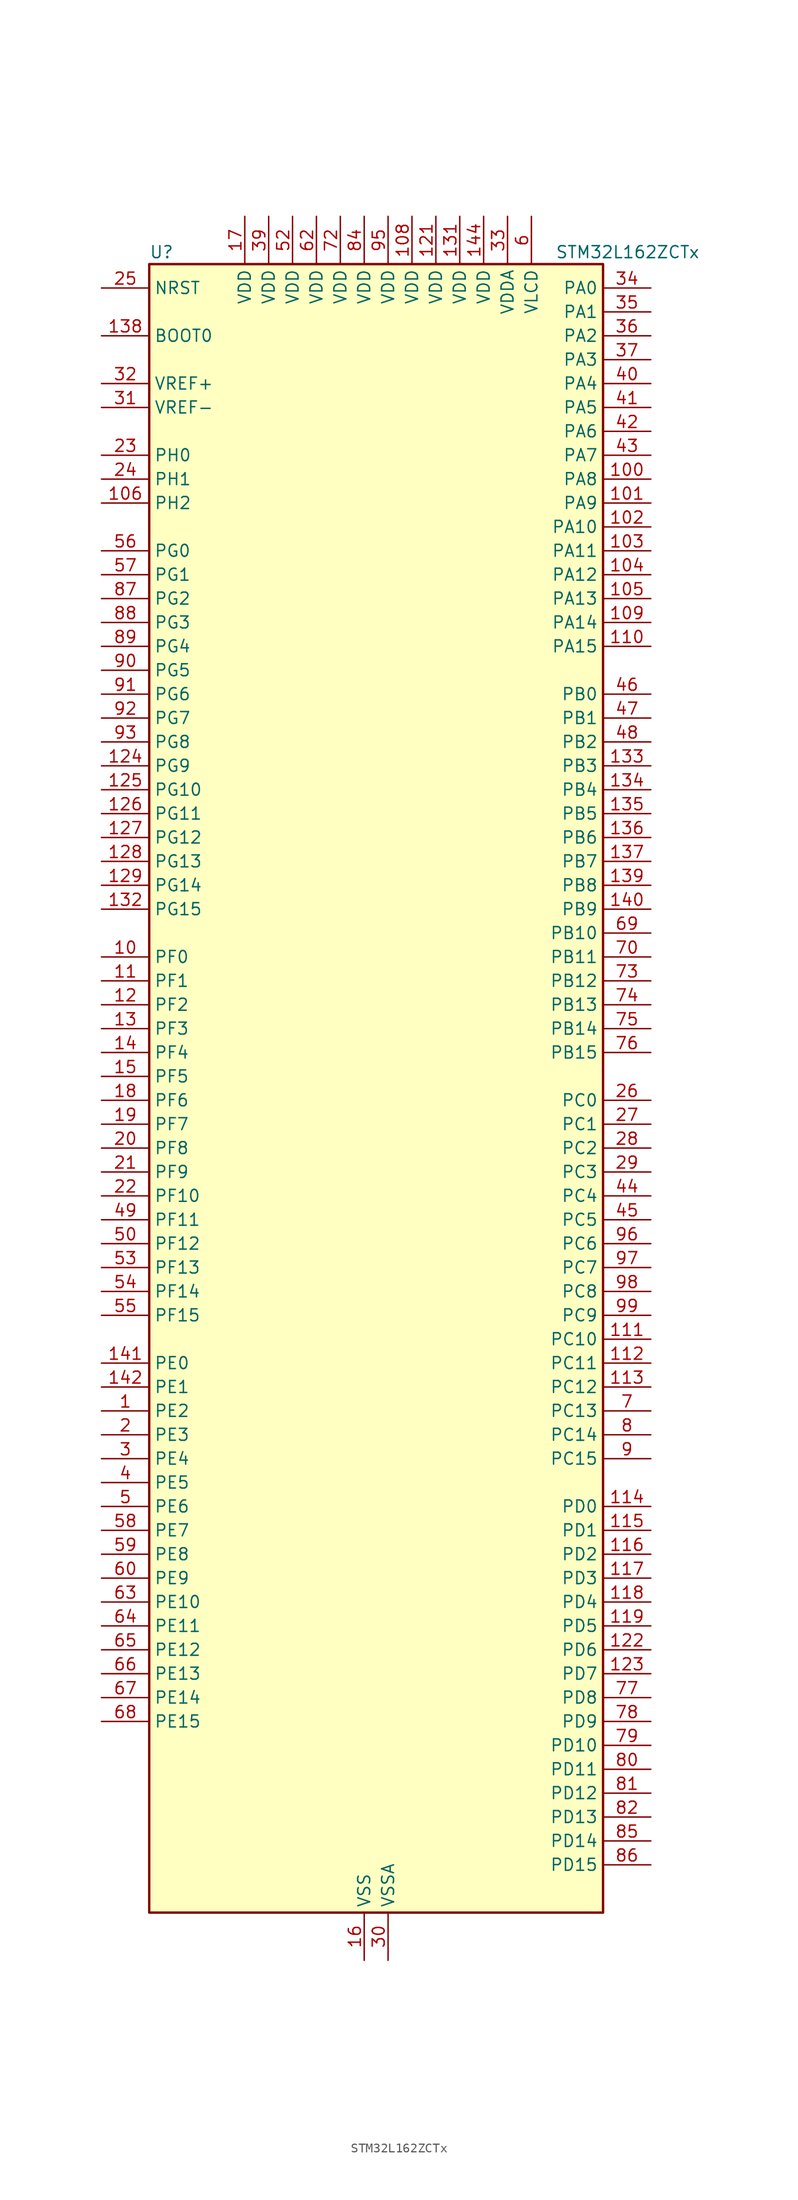
<source format=kicad_sym>
(kicad_symbol_lib
  (version 20220914)
  (generator kicad_symbol_editor)
  (symbol "STM32L162ZCTx"
    (property "Reference" "U"
      (at -22.86 90.17 0)
      (effects (font (size 1.27 1.27)) (justify left)))
    (property "Value" "STM32L162ZCTx"
      (at 20.32 90.17 0)
      (effects (font (size 1.27 1.27)) (justify left)))
    (property "ki_locked" ""
      (at 0 0 0)
      (effects (font (size 1.27 1.27))))
    (symbol "STM32L162ZCTx_0_1"
      (rectangle (start -22.86 -86.36) (end 25.4 88.9) (stroke (width 0.254) (type default)) (fill (type background))))
    (symbol "STM32L162ZCTx_1_1"
      (pin bidirectional line (at -27.94 -33.02 0) (length 5.08) (name "PE2" (effects (font (size 1.27 1.27)))) (number "1" (effects (font (size 1.27 1.27)))) (alternate "LCD_SEG38" bidirectional line) (alternate "SYS_TRACECK" bidirectional line) (alternate "TIM3_ETR" bidirectional line) (alternate "TIMX_IC3" bidirectional line))
      (pin bidirectional line (at -27.94 15.24 0) (length 5.08) (name "PF0" (effects (font (size 1.27 1.27)))) (number "10" (effects (font (size 1.27 1.27)))))
      (pin bidirectional line (at 30.48 66.04 180) (length 5.08) (name "PA8" (effects (font (size 1.27 1.27)))) (number "100" (effects (font (size 1.27 1.27)))) (alternate "LCD_COM0" bidirectional line) (alternate "RCC_MCO" bidirectional line) (alternate "TIMX_IC1" bidirectional line) (alternate "TS_G4_IO1" bidirectional line) (alternate "USART1_CK" bidirectional line))
      (pin bidirectional line (at 30.48 63.5 180) (length 5.08) (name "PA9" (effects (font (size 1.27 1.27)))) (number "101" (effects (font (size 1.27 1.27)))) (alternate "DAC_EXTI9" bidirectional line) (alternate "LCD_COM1" bidirectional line) (alternate "TIMX_IC2" bidirectional line) (alternate "TS_G4_IO2" bidirectional line) (alternate "USART1_TX" bidirectional line))
      (pin bidirectional line (at 30.48 60.96 180) (length 5.08) (name "PA10" (effects (font (size 1.27 1.27)))) (number "102" (effects (font (size 1.27 1.27)))) (alternate "LCD_COM2" bidirectional line) (alternate "TIMX_IC3" bidirectional line) (alternate "TS_G4_IO3" bidirectional line) (alternate "USART1_RX" bidirectional line))
      (pin bidirectional line (at 30.48 58.42 180) (length 5.08) (name "PA11" (effects (font (size 1.27 1.27)))) (number "103" (effects (font (size 1.27 1.27)))) (alternate "ADC_EXTI11" bidirectional line) (alternate "SPI1_MISO" bidirectional line) (alternate "TIMX_IC4" bidirectional line) (alternate "USART1_CTS" bidirectional line) (alternate "USB_DM" bidirectional line))
      (pin bidirectional line (at 30.48 55.88 180) (length 5.08) (name "PA12" (effects (font (size 1.27 1.27)))) (number "104" (effects (font (size 1.27 1.27)))) (alternate "SPI1_MOSI" bidirectional line) (alternate "TIMX_IC1" bidirectional line) (alternate "USART1_RTS" bidirectional line) (alternate "USB_DP" bidirectional line))
      (pin bidirectional line (at 30.48 53.34 180) (length 5.08) (name "PA13" (effects (font (size 1.27 1.27)))) (number "105" (effects (font (size 1.27 1.27)))) (alternate "SYS_JTMS-SWDIO" bidirectional line) (alternate "TIMX_IC2" bidirectional line) (alternate "TS_G5_IO1" bidirectional line))
      (pin bidirectional line (at -27.94 63.5 0) (length 5.08) (name "PH2" (effects (font (size 1.27 1.27)))) (number "106" (effects (font (size 1.27 1.27)))))
      (pin passive line (at 0 -91.44 90) (length 5.08) hide (name "VSS" (effects (font (size 1.27 1.27)))) (number "107" (effects (font (size 1.27 1.27)))))
      (pin power_in line (at 5.08 93.98 270) (length 5.08) (name "VDD" (effects (font (size 1.27 1.27)))) (number "108" (effects (font (size 1.27 1.27)))))
      (pin bidirectional line (at 30.48 50.8 180) (length 5.08) (name "PA14" (effects (font (size 1.27 1.27)))) (number "109" (effects (font (size 1.27 1.27)))) (alternate "SYS_JTCK-SWCLK" bidirectional line) (alternate "TIMX_IC3" bidirectional line) (alternate "TS_G5_IO2" bidirectional line))
      (pin bidirectional line (at -27.94 12.7 0) (length 5.08) (name "PF1" (effects (font (size 1.27 1.27)))) (number "11" (effects (font (size 1.27 1.27)))))
      (pin bidirectional line (at 30.48 48.26 180) (length 5.08) (name "PA15" (effects (font (size 1.27 1.27)))) (number "110" (effects (font (size 1.27 1.27)))) (alternate "ADC_EXTI15" bidirectional line) (alternate "I2S3_WS" bidirectional line) (alternate "LCD_SEG17" bidirectional line) (alternate "SPI1_NSS" bidirectional line) (alternate "SPI3_NSS" bidirectional line) (alternate "SYS_JTDI" bidirectional line) (alternate "TIM2_CH1" bidirectional line) (alternate "TIM2_ETR" bidirectional line) (alternate "TIMX_IC4" bidirectional line) (alternate "TS_G5_IO3" bidirectional line))
      (pin bidirectional line (at 30.48 -25.4 180) (length 5.08) (name "PC10" (effects (font (size 1.27 1.27)))) (number "111" (effects (font (size 1.27 1.27)))) (alternate "I2S3_CK" bidirectional line) (alternate "LCD_COM4" bidirectional line) (alternate "LCD_SEG28" bidirectional line) (alternate "LCD_SEG40" bidirectional line) (alternate "SPI3_SCK" bidirectional line) (alternate "TIMX_IC3" bidirectional line) (alternate "USART3_TX" bidirectional line))
      (pin bidirectional line (at 30.48 -27.94 180) (length 5.08) (name "PC11" (effects (font (size 1.27 1.27)))) (number "112" (effects (font (size 1.27 1.27)))) (alternate "ADC_EXTI11" bidirectional line) (alternate "LCD_COM5" bidirectional line) (alternate "LCD_SEG29" bidirectional line) (alternate "LCD_SEG41" bidirectional line) (alternate "SPI3_MISO" bidirectional line) (alternate "TIMX_IC4" bidirectional line) (alternate "USART3_RX" bidirectional line))
      (pin bidirectional line (at 30.48 -30.48 180) (length 5.08) (name "PC12" (effects (font (size 1.27 1.27)))) (number "113" (effects (font (size 1.27 1.27)))) (alternate "I2S3_SD" bidirectional line) (alternate "LCD_COM6" bidirectional line) (alternate "LCD_SEG30" bidirectional line) (alternate "LCD_SEG42" bidirectional line) (alternate "SPI3_MOSI" bidirectional line) (alternate "TIMX_IC1" bidirectional line) (alternate "USART3_CK" bidirectional line))
      (pin bidirectional line (at 30.48 -43.18 180) (length 5.08) (name "PD0" (effects (font (size 1.27 1.27)))) (number "114" (effects (font (size 1.27 1.27)))) (alternate "I2S2_WS" bidirectional line) (alternate "SPI2_NSS" bidirectional line) (alternate "TIM9_CH1" bidirectional line) (alternate "TIMX_IC1" bidirectional line))
      (pin bidirectional line (at 30.48 -45.72 180) (length 5.08) (name "PD1" (effects (font (size 1.27 1.27)))) (number "115" (effects (font (size 1.27 1.27)))) (alternate "I2S2_CK" bidirectional line) (alternate "SPI2_SCK" bidirectional line) (alternate "TIMX_IC2" bidirectional line))
      (pin bidirectional line (at 30.48 -48.26 180) (length 5.08) (name "PD2" (effects (font (size 1.27 1.27)))) (number "116" (effects (font (size 1.27 1.27)))) (alternate "LCD_COM7" bidirectional line) (alternate "LCD_SEG31" bidirectional line) (alternate "LCD_SEG43" bidirectional line) (alternate "TIM3_ETR" bidirectional line) (alternate "TIMX_IC3" bidirectional line))
      (pin bidirectional line (at 30.48 -50.8 180) (length 5.08) (name "PD3" (effects (font (size 1.27 1.27)))) (number "117" (effects (font (size 1.27 1.27)))) (alternate "SPI2_MISO" bidirectional line) (alternate "TIMX_IC4" bidirectional line) (alternate "USART2_CTS" bidirectional line))
      (pin bidirectional line (at 30.48 -53.34 180) (length 5.08) (name "PD4" (effects (font (size 1.27 1.27)))) (number "118" (effects (font (size 1.27 1.27)))) (alternate "I2S2_SD" bidirectional line) (alternate "SPI2_MOSI" bidirectional line) (alternate "TIMX_IC1" bidirectional line) (alternate "USART2_RTS" bidirectional line))
      (pin bidirectional line (at 30.48 -55.88 180) (length 5.08) (name "PD5" (effects (font (size 1.27 1.27)))) (number "119" (effects (font (size 1.27 1.27)))) (alternate "TIMX_IC2" bidirectional line) (alternate "USART2_TX" bidirectional line))
      (pin bidirectional line (at -27.94 10.16 0) (length 5.08) (name "PF2" (effects (font (size 1.27 1.27)))) (number "12" (effects (font (size 1.27 1.27)))))
      (pin passive line (at 0 -91.44 90) (length 5.08) hide (name "VSS" (effects (font (size 1.27 1.27)))) (number "120" (effects (font (size 1.27 1.27)))))
      (pin power_in line (at 7.62 93.98 270) (length 5.08) (name "VDD" (effects (font (size 1.27 1.27)))) (number "121" (effects (font (size 1.27 1.27)))))
      (pin bidirectional line (at 30.48 -58.42 180) (length 5.08) (name "PD6" (effects (font (size 1.27 1.27)))) (number "122" (effects (font (size 1.27 1.27)))) (alternate "TIMX_IC3" bidirectional line) (alternate "USART2_RX" bidirectional line))
      (pin bidirectional line (at 30.48 -60.96 180) (length 5.08) (name "PD7" (effects (font (size 1.27 1.27)))) (number "123" (effects (font (size 1.27 1.27)))) (alternate "TIM9_CH2" bidirectional line) (alternate "TIMX_IC4" bidirectional line) (alternate "USART2_CK" bidirectional line))
      (pin bidirectional line (at -27.94 35.56 0) (length 5.08) (name "PG9" (effects (font (size 1.27 1.27)))) (number "124" (effects (font (size 1.27 1.27)))) (alternate "DAC_EXTI9" bidirectional line))
      (pin bidirectional line (at -27.94 33.02 0) (length 5.08) (name "PG10" (effects (font (size 1.27 1.27)))) (number "125" (effects (font (size 1.27 1.27)))))
      (pin bidirectional line (at -27.94 30.48 0) (length 5.08) (name "PG11" (effects (font (size 1.27 1.27)))) (number "126" (effects (font (size 1.27 1.27)))) (alternate "ADC_EXTI11" bidirectional line))
      (pin bidirectional line (at -27.94 27.94 0) (length 5.08) (name "PG12" (effects (font (size 1.27 1.27)))) (number "127" (effects (font (size 1.27 1.27)))))
      (pin bidirectional line (at -27.94 25.4 0) (length 5.08) (name "PG13" (effects (font (size 1.27 1.27)))) (number "128" (effects (font (size 1.27 1.27)))))
      (pin bidirectional line (at -27.94 22.86 0) (length 5.08) (name "PG14" (effects (font (size 1.27 1.27)))) (number "129" (effects (font (size 1.27 1.27)))))
      (pin bidirectional line (at -27.94 7.62 0) (length 5.08) (name "PF3" (effects (font (size 1.27 1.27)))) (number "13" (effects (font (size 1.27 1.27)))))
      (pin passive line (at 0 -91.44 90) (length 5.08) hide (name "VSS" (effects (font (size 1.27 1.27)))) (number "130" (effects (font (size 1.27 1.27)))))
      (pin power_in line (at 10.16 93.98 270) (length 5.08) (name "VDD" (effects (font (size 1.27 1.27)))) (number "131" (effects (font (size 1.27 1.27)))))
      (pin bidirectional line (at -27.94 20.32 0) (length 5.08) (name "PG15" (effects (font (size 1.27 1.27)))) (number "132" (effects (font (size 1.27 1.27)))) (alternate "ADC_EXTI15" bidirectional line))
      (pin bidirectional line (at 30.48 35.56 180) (length 5.08) (name "PB3" (effects (font (size 1.27 1.27)))) (number "133" (effects (font (size 1.27 1.27)))) (alternate "COMP2_INM" bidirectional line) (alternate "I2S3_CK" bidirectional line) (alternate "LCD_SEG7" bidirectional line) (alternate "SPI1_SCK" bidirectional line) (alternate "SPI3_SCK" bidirectional line) (alternate "SYS_JTDO-TRACESWO" bidirectional line) (alternate "TIM2_CH2" bidirectional line))
      (pin bidirectional line (at 30.48 33.02 180) (length 5.08) (name "PB4" (effects (font (size 1.27 1.27)))) (number "134" (effects (font (size 1.27 1.27)))) (alternate "COMP2_INP" bidirectional line) (alternate "LCD_SEG8" bidirectional line) (alternate "SPI1_MISO" bidirectional line) (alternate "SPI3_MISO" bidirectional line) (alternate "SYS_JTRST" bidirectional line) (alternate "TIM3_CH1" bidirectional line) (alternate "TS_G6_IO1" bidirectional line))
      (pin bidirectional line (at 30.48 30.48 180) (length 5.08) (name "PB5" (effects (font (size 1.27 1.27)))) (number "135" (effects (font (size 1.27 1.27)))) (alternate "COMP2_INP" bidirectional line) (alternate "I2C1_SMBA" bidirectional line) (alternate "I2S3_SD" bidirectional line) (alternate "LCD_SEG9" bidirectional line) (alternate "SPI1_MOSI" bidirectional line) (alternate "SPI3_MOSI" bidirectional line) (alternate "TIM3_CH2" bidirectional line) (alternate "TS_G6_IO2" bidirectional line))
      (pin bidirectional line (at 30.48 27.94 180) (length 5.08) (name "PB6" (effects (font (size 1.27 1.27)))) (number "136" (effects (font (size 1.27 1.27)))) (alternate "COMP2_INP" bidirectional line) (alternate "I2C1_SCL" bidirectional line) (alternate "TIM4_CH1" bidirectional line) (alternate "TS_G6_IO3" bidirectional line) (alternate "USART1_TX" bidirectional line))
      (pin bidirectional line (at 30.48 25.4 180) (length 5.08) (name "PB7" (effects (font (size 1.27 1.27)))) (number "137" (effects (font (size 1.27 1.27)))) (alternate "COMP2_INP" bidirectional line) (alternate "I2C1_SDA" bidirectional line) (alternate "SYS_PVD_IN" bidirectional line) (alternate "TIM4_CH2" bidirectional line) (alternate "TS_G6_IO4" bidirectional line) (alternate "USART1_RX" bidirectional line))
      (pin input line (at -27.94 81.28 0) (length 5.08) (name "BOOT0" (effects (font (size 1.27 1.27)))) (number "138" (effects (font (size 1.27 1.27)))))
      (pin bidirectional line (at 30.48 22.86 180) (length 5.08) (name "PB8" (effects (font (size 1.27 1.27)))) (number "139" (effects (font (size 1.27 1.27)))) (alternate "I2C1_SCL" bidirectional line) (alternate "LCD_SEG16" bidirectional line) (alternate "TIM10_CH1" bidirectional line) (alternate "TIM4_CH3" bidirectional line))
      (pin bidirectional line (at -27.94 5.08 0) (length 5.08) (name "PF4" (effects (font (size 1.27 1.27)))) (number "14" (effects (font (size 1.27 1.27)))))
      (pin bidirectional line (at 30.48 20.32 180) (length 5.08) (name "PB9" (effects (font (size 1.27 1.27)))) (number "140" (effects (font (size 1.27 1.27)))) (alternate "DAC_EXTI9" bidirectional line) (alternate "I2C1_SDA" bidirectional line) (alternate "LCD_COM3" bidirectional line) (alternate "TIM11_CH1" bidirectional line) (alternate "TIM4_CH4" bidirectional line))
      (pin bidirectional line (at -27.94 -27.94 0) (length 5.08) (name "PE0" (effects (font (size 1.27 1.27)))) (number "141" (effects (font (size 1.27 1.27)))) (alternate "LCD_SEG36" bidirectional line) (alternate "TIM10_CH1" bidirectional line) (alternate "TIM4_ETR" bidirectional line) (alternate "TIMX_IC1" bidirectional line))
      (pin bidirectional line (at -27.94 -30.48 0) (length 5.08) (name "PE1" (effects (font (size 1.27 1.27)))) (number "142" (effects (font (size 1.27 1.27)))) (alternate "LCD_SEG37" bidirectional line) (alternate "TIM11_CH1" bidirectional line) (alternate "TIMX_IC2" bidirectional line))
      (pin passive line (at 0 -91.44 90) (length 5.08) hide (name "VSS" (effects (font (size 1.27 1.27)))) (number "143" (effects (font (size 1.27 1.27)))))
      (pin power_in line (at 12.7 93.98 270) (length 5.08) (name "VDD" (effects (font (size 1.27 1.27)))) (number "144" (effects (font (size 1.27 1.27)))))
      (pin bidirectional line (at -27.94 2.54 0) (length 5.08) (name "PF5" (effects (font (size 1.27 1.27)))) (number "15" (effects (font (size 1.27 1.27)))))
      (pin power_in line (at 0 -91.44 90) (length 5.08) (name "VSS" (effects (font (size 1.27 1.27)))) (number "16" (effects (font (size 1.27 1.27)))))
      (pin power_in line (at -12.7 93.98 270) (length 5.08) (name "VDD" (effects (font (size 1.27 1.27)))) (number "17" (effects (font (size 1.27 1.27)))))
      (pin bidirectional line (at -27.94 0 0) (length 5.08) (name "PF6" (effects (font (size 1.27 1.27)))) (number "18" (effects (font (size 1.27 1.27)))) (alternate "ADC_IN27" bidirectional line) (alternate "TIM5_CH1" bidirectional line) (alternate "TIM5_ETR" bidirectional line) (alternate "TS_G11_IO1" bidirectional line))
      (pin bidirectional line (at -27.94 -2.54 0) (length 5.08) (name "PF7" (effects (font (size 1.27 1.27)))) (number "19" (effects (font (size 1.27 1.27)))) (alternate "ADC_IN28" bidirectional line) (alternate "COMP1_INP" bidirectional line) (alternate "TIM5_CH2" bidirectional line) (alternate "TS_G11_IO2" bidirectional line))
      (pin bidirectional line (at -27.94 -35.56 0) (length 5.08) (name "PE3" (effects (font (size 1.27 1.27)))) (number "2" (effects (font (size 1.27 1.27)))) (alternate "LCD_SEG39" bidirectional line) (alternate "SYS_TRACED0" bidirectional line) (alternate "TIM3_CH1" bidirectional line) (alternate "TIMX_IC4" bidirectional line))
      (pin bidirectional line (at -27.94 -5.08 0) (length 5.08) (name "PF8" (effects (font (size 1.27 1.27)))) (number "20" (effects (font (size 1.27 1.27)))) (alternate "ADC_IN29" bidirectional line) (alternate "COMP1_INP" bidirectional line) (alternate "TIM5_CH3" bidirectional line) (alternate "TS_G11_IO3" bidirectional line))
      (pin bidirectional line (at -27.94 -7.62 0) (length 5.08) (name "PF9" (effects (font (size 1.27 1.27)))) (number "21" (effects (font (size 1.27 1.27)))) (alternate "ADC_IN30" bidirectional line) (alternate "COMP1_INP" bidirectional line) (alternate "DAC_EXTI9" bidirectional line) (alternate "TIM5_CH4" bidirectional line) (alternate "TS_G11_IO4" bidirectional line))
      (pin bidirectional line (at -27.94 -10.16 0) (length 5.08) (name "PF10" (effects (font (size 1.27 1.27)))) (number "22" (effects (font (size 1.27 1.27)))) (alternate "ADC_IN31" bidirectional line) (alternate "COMP1_INP" bidirectional line) (alternate "TS_G11_IO5" bidirectional line))
      (pin bidirectional line (at -27.94 68.58 0) (length 5.08) (name "PH0" (effects (font (size 1.27 1.27)))) (number "23" (effects (font (size 1.27 1.27)))) (alternate "RCC_OSC_IN" bidirectional line))
      (pin bidirectional line (at -27.94 66.04 0) (length 5.08) (name "PH1" (effects (font (size 1.27 1.27)))) (number "24" (effects (font (size 1.27 1.27)))) (alternate "RCC_OSC_OUT" bidirectional line))
      (pin input line (at -27.94 86.36 0) (length 5.08) (name "NRST" (effects (font (size 1.27 1.27)))) (number "25" (effects (font (size 1.27 1.27)))))
      (pin bidirectional line (at 30.48 0 180) (length 5.08) (name "PC0" (effects (font (size 1.27 1.27)))) (number "26" (effects (font (size 1.27 1.27)))) (alternate "ADC_IN10" bidirectional line) (alternate "COMP1_INP" bidirectional line) (alternate "LCD_SEG18" bidirectional line) (alternate "TIMX_IC1" bidirectional line) (alternate "TS_G8_IO1" bidirectional line))
      (pin bidirectional line (at 30.48 -2.54 180) (length 5.08) (name "PC1" (effects (font (size 1.27 1.27)))) (number "27" (effects (font (size 1.27 1.27)))) (alternate "ADC_IN11" bidirectional line) (alternate "COMP1_INP" bidirectional line) (alternate "LCD_SEG19" bidirectional line) (alternate "TIMX_IC2" bidirectional line) (alternate "TS_G8_IO2" bidirectional line))
      (pin bidirectional line (at 30.48 -5.08 180) (length 5.08) (name "PC2" (effects (font (size 1.27 1.27)))) (number "28" (effects (font (size 1.27 1.27)))) (alternate "ADC_IN12" bidirectional line) (alternate "COMP1_INP" bidirectional line) (alternate "LCD_SEG20" bidirectional line) (alternate "TIMX_IC3" bidirectional line) (alternate "TS_G8_IO3" bidirectional line))
      (pin bidirectional line (at 30.48 -7.62 180) (length 5.08) (name "PC3" (effects (font (size 1.27 1.27)))) (number "29" (effects (font (size 1.27 1.27)))) (alternate "ADC_IN13" bidirectional line) (alternate "COMP1_INP" bidirectional line) (alternate "LCD_SEG21" bidirectional line) (alternate "TIMX_IC4" bidirectional line) (alternate "TS_G8_IO4" bidirectional line))
      (pin bidirectional line (at -27.94 -38.1 0) (length 5.08) (name "PE4" (effects (font (size 1.27 1.27)))) (number "3" (effects (font (size 1.27 1.27)))) (alternate "SYS_TRACED1" bidirectional line) (alternate "TIM3_CH2" bidirectional line) (alternate "TIMX_IC1" bidirectional line))
      (pin power_in line (at 2.54 -91.44 90) (length 5.08) (name "VSSA" (effects (font (size 1.27 1.27)))) (number "30" (effects (font (size 1.27 1.27)))))
      (pin input line (at -27.94 73.66 0) (length 5.08) (name "VREF-" (effects (font (size 1.27 1.27)))) (number "31" (effects (font (size 1.27 1.27)))))
      (pin input line (at -27.94 76.2 0) (length 5.08) (name "VREF+" (effects (font (size 1.27 1.27)))) (number "32" (effects (font (size 1.27 1.27)))))
      (pin power_in line (at 15.24 93.98 270) (length 5.08) (name "VDDA" (effects (font (size 1.27 1.27)))) (number "33" (effects (font (size 1.27 1.27)))))
      (pin bidirectional line (at 30.48 86.36 180) (length 5.08) (name "PA0" (effects (font (size 1.27 1.27)))) (number "34" (effects (font (size 1.27 1.27)))) (alternate "ADC_IN0" bidirectional line) (alternate "COMP1_INP" bidirectional line) (alternate "RTC_TAMP2" bidirectional line) (alternate "SYS_WKUP1" bidirectional line) (alternate "TIM2_CH1" bidirectional line) (alternate "TIM2_ETR" bidirectional line) (alternate "TIM5_CH1" bidirectional line) (alternate "TIMX_IC1" bidirectional line) (alternate "TS_G1_IO1" bidirectional line) (alternate "USART2_CTS" bidirectional line))
      (pin bidirectional line (at 30.48 83.82 180) (length 5.08) (name "PA1" (effects (font (size 1.27 1.27)))) (number "35" (effects (font (size 1.27 1.27)))) (alternate "ADC_IN1" bidirectional line) (alternate "COMP1_INP" bidirectional line) (alternate "LCD_SEG0" bidirectional line) (alternate "OPAMP1_VINP" bidirectional line) (alternate "TIM2_CH2" bidirectional line) (alternate "TIM5_CH2" bidirectional line) (alternate "TIMX_IC2" bidirectional line) (alternate "TS_G1_IO2" bidirectional line) (alternate "USART2_RTS" bidirectional line))
      (pin bidirectional line (at 30.48 81.28 180) (length 5.08) (name "PA2" (effects (font (size 1.27 1.27)))) (number "36" (effects (font (size 1.27 1.27)))) (alternate "ADC_IN2" bidirectional line) (alternate "COMP1_INP" bidirectional line) (alternate "LCD_SEG1" bidirectional line) (alternate "OPAMP1_VINM" bidirectional line) (alternate "TIM2_CH3" bidirectional line) (alternate "TIM5_CH3" bidirectional line) (alternate "TIM9_CH1" bidirectional line) (alternate "TIMX_IC3" bidirectional line) (alternate "TS_G1_IO3" bidirectional line) (alternate "USART2_TX" bidirectional line))
      (pin bidirectional line (at 30.48 78.74 180) (length 5.08) (name "PA3" (effects (font (size 1.27 1.27)))) (number "37" (effects (font (size 1.27 1.27)))) (alternate "ADC_IN3" bidirectional line) (alternate "COMP1_INP" bidirectional line) (alternate "LCD_SEG2" bidirectional line) (alternate "OPAMP1_VOUT" bidirectional line) (alternate "TIM2_CH4" bidirectional line) (alternate "TIM5_CH4" bidirectional line) (alternate "TIM9_CH2" bidirectional line) (alternate "TIMX_IC4" bidirectional line) (alternate "TS_G1_IO4" bidirectional line) (alternate "USART2_RX" bidirectional line))
      (pin passive line (at 0 -91.44 90) (length 5.08) hide (name "VSS" (effects (font (size 1.27 1.27)))) (number "38" (effects (font (size 1.27 1.27)))))
      (pin power_in line (at -10.16 93.98 270) (length 5.08) (name "VDD" (effects (font (size 1.27 1.27)))) (number "39" (effects (font (size 1.27 1.27)))))
      (pin bidirectional line (at -27.94 -40.64 0) (length 5.08) (name "PE5" (effects (font (size 1.27 1.27)))) (number "4" (effects (font (size 1.27 1.27)))) (alternate "SYS_TRACED2" bidirectional line) (alternate "TIM9_CH1" bidirectional line) (alternate "TIMX_IC2" bidirectional line))
      (pin bidirectional line (at 30.48 76.2 180) (length 5.08) (name "PA4" (effects (font (size 1.27 1.27)))) (number "40" (effects (font (size 1.27 1.27)))) (alternate "ADC_IN4" bidirectional line) (alternate "COMP1_INP" bidirectional line) (alternate "DAC_OUT1" bidirectional line) (alternate "I2S3_WS" bidirectional line) (alternate "SPI1_NSS" bidirectional line) (alternate "SPI3_NSS" bidirectional line) (alternate "TIMX_IC1" bidirectional line) (alternate "USART2_CK" bidirectional line))
      (pin bidirectional line (at 30.48 73.66 180) (length 5.08) (name "PA5" (effects (font (size 1.27 1.27)))) (number "41" (effects (font (size 1.27 1.27)))) (alternate "ADC_IN5" bidirectional line) (alternate "COMP1_INP" bidirectional line) (alternate "DAC_OUT2" bidirectional line) (alternate "SPI1_SCK" bidirectional line) (alternate "TIM2_CH1" bidirectional line) (alternate "TIM2_ETR" bidirectional line) (alternate "TIMX_IC2" bidirectional line))
      (pin bidirectional line (at 30.48 71.12 180) (length 5.08) (name "PA6" (effects (font (size 1.27 1.27)))) (number "42" (effects (font (size 1.27 1.27)))) (alternate "ADC_IN6" bidirectional line) (alternate "COMP1_INP" bidirectional line) (alternate "LCD_SEG3" bidirectional line) (alternate "OPAMP2_VINP" bidirectional line) (alternate "SPI1_MISO" bidirectional line) (alternate "TIM10_CH1" bidirectional line) (alternate "TIM3_CH1" bidirectional line) (alternate "TIMX_IC3" bidirectional line) (alternate "TS_G2_IO1" bidirectional line))
      (pin bidirectional line (at 30.48 68.58 180) (length 5.08) (name "PA7" (effects (font (size 1.27 1.27)))) (number "43" (effects (font (size 1.27 1.27)))) (alternate "ADC_IN7" bidirectional line) (alternate "COMP1_INP" bidirectional line) (alternate "LCD_SEG4" bidirectional line) (alternate "OPAMP2_VINM" bidirectional line) (alternate "SPI1_MOSI" bidirectional line) (alternate "TIM11_CH1" bidirectional line) (alternate "TIM3_CH2" bidirectional line) (alternate "TIMX_IC4" bidirectional line) (alternate "TS_G2_IO2" bidirectional line))
      (pin bidirectional line (at 30.48 -10.16 180) (length 5.08) (name "PC4" (effects (font (size 1.27 1.27)))) (number "44" (effects (font (size 1.27 1.27)))) (alternate "ADC_IN14" bidirectional line) (alternate "COMP1_INP" bidirectional line) (alternate "LCD_SEG22" bidirectional line) (alternate "TIMX_IC1" bidirectional line) (alternate "TS_G9_IO1" bidirectional line))
      (pin bidirectional line (at 30.48 -12.7 180) (length 5.08) (name "PC5" (effects (font (size 1.27 1.27)))) (number "45" (effects (font (size 1.27 1.27)))) (alternate "ADC_IN15" bidirectional line) (alternate "COMP1_INP" bidirectional line) (alternate "LCD_SEG23" bidirectional line) (alternate "TIMX_IC2" bidirectional line) (alternate "TS_G9_IO2" bidirectional line))
      (pin bidirectional line (at 30.48 43.18 180) (length 5.08) (name "PB0" (effects (font (size 1.27 1.27)))) (number "46" (effects (font (size 1.27 1.27)))) (alternate "ADC_IN8" bidirectional line) (alternate "COMP1_INP" bidirectional line) (alternate "LCD_SEG5" bidirectional line) (alternate "OPAMP2_VOUT" bidirectional line) (alternate "SYS_V_REF_OUT" bidirectional line) (alternate "TIM3_CH3" bidirectional line) (alternate "TS_G3_IO1" bidirectional line))
      (pin bidirectional line (at 30.48 40.64 180) (length 5.08) (name "PB1" (effects (font (size 1.27 1.27)))) (number "47" (effects (font (size 1.27 1.27)))) (alternate "ADC_IN9" bidirectional line) (alternate "COMP1_INP" bidirectional line) (alternate "LCD_SEG6" bidirectional line) (alternate "SYS_V_REF_OUT" bidirectional line) (alternate "TIM3_CH4" bidirectional line) (alternate "TS_G3_IO2" bidirectional line))
      (pin bidirectional line (at 30.48 38.1 180) (length 5.08) (name "PB2" (effects (font (size 1.27 1.27)))) (number "48" (effects (font (size 1.27 1.27)))) (alternate "ADC_IN0b" bidirectional line) (alternate "TS_G3_IO3" bidirectional line))
      (pin bidirectional line (at -27.94 -12.7 0) (length 5.08) (name "PF11" (effects (font (size 1.27 1.27)))) (number "49" (effects (font (size 1.27 1.27)))) (alternate "ADC_EXTI11" bidirectional line) (alternate "ADC_IN1b" bidirectional line) (alternate "TS_G3_IO4" bidirectional line))
      (pin bidirectional line (at -27.94 -43.18 0) (length 5.08) (name "PE6" (effects (font (size 1.27 1.27)))) (number "5" (effects (font (size 1.27 1.27)))) (alternate "RTC_TAMP3" bidirectional line) (alternate "SYS_TRACED3" bidirectional line) (alternate "SYS_WKUP3" bidirectional line) (alternate "TIM9_CH2" bidirectional line) (alternate "TIMX_IC3" bidirectional line))
      (pin bidirectional line (at -27.94 -15.24 0) (length 5.08) (name "PF12" (effects (font (size 1.27 1.27)))) (number "50" (effects (font (size 1.27 1.27)))) (alternate "ADC_IN2b" bidirectional line) (alternate "TS_G3_IO5" bidirectional line))
      (pin passive line (at 0 -91.44 90) (length 5.08) hide (name "VSS" (effects (font (size 1.27 1.27)))) (number "51" (effects (font (size 1.27 1.27)))))
      (pin power_in line (at -7.62 93.98 270) (length 5.08) (name "VDD" (effects (font (size 1.27 1.27)))) (number "52" (effects (font (size 1.27 1.27)))))
      (pin bidirectional line (at -27.94 -17.78 0) (length 5.08) (name "PF13" (effects (font (size 1.27 1.27)))) (number "53" (effects (font (size 1.27 1.27)))) (alternate "ADC_IN3b" bidirectional line) (alternate "TS_G9_IO3" bidirectional line))
      (pin bidirectional line (at -27.94 -20.32 0) (length 5.08) (name "PF14" (effects (font (size 1.27 1.27)))) (number "54" (effects (font (size 1.27 1.27)))) (alternate "ADC_IN6b" bidirectional line) (alternate "TS_G9_IO4" bidirectional line))
      (pin bidirectional line (at -27.94 -22.86 0) (length 5.08) (name "PF15" (effects (font (size 1.27 1.27)))) (number "55" (effects (font (size 1.27 1.27)))) (alternate "ADC_EXTI15" bidirectional line) (alternate "ADC_IN7b" bidirectional line) (alternate "TS_G2_IO3" bidirectional line))
      (pin bidirectional line (at -27.94 58.42 0) (length 5.08) (name "PG0" (effects (font (size 1.27 1.27)))) (number "56" (effects (font (size 1.27 1.27)))) (alternate "ADC_IN8b" bidirectional line) (alternate "TS_G2_IO4" bidirectional line))
      (pin bidirectional line (at -27.94 55.88 0) (length 5.08) (name "PG1" (effects (font (size 1.27 1.27)))) (number "57" (effects (font (size 1.27 1.27)))) (alternate "ADC_IN9b" bidirectional line) (alternate "TS_G2_IO5" bidirectional line))
      (pin bidirectional line (at -27.94 -45.72 0) (length 5.08) (name "PE7" (effects (font (size 1.27 1.27)))) (number "58" (effects (font (size 1.27 1.27)))) (alternate "ADC_IN22" bidirectional line) (alternate "COMP1_INP" bidirectional line) (alternate "TIMX_IC4" bidirectional line))
      (pin bidirectional line (at -27.94 -48.26 0) (length 5.08) (name "PE8" (effects (font (size 1.27 1.27)))) (number "59" (effects (font (size 1.27 1.27)))) (alternate "ADC_IN23" bidirectional line) (alternate "COMP1_INP" bidirectional line) (alternate "TIMX_IC1" bidirectional line))
      (pin power_in line (at 17.78 93.98 270) (length 5.08) (name "VLCD" (effects (font (size 1.27 1.27)))) (number "6" (effects (font (size 1.27 1.27)))))
      (pin bidirectional line (at -27.94 -50.8 0) (length 5.08) (name "PE9" (effects (font (size 1.27 1.27)))) (number "60" (effects (font (size 1.27 1.27)))) (alternate "ADC_IN24" bidirectional line) (alternate "COMP1_INP" bidirectional line) (alternate "DAC_EXTI9" bidirectional line) (alternate "TIM2_CH1" bidirectional line) (alternate "TIM2_ETR" bidirectional line) (alternate "TIMX_IC2" bidirectional line))
      (pin passive line (at 0 -91.44 90) (length 5.08) hide (name "VSS" (effects (font (size 1.27 1.27)))) (number "61" (effects (font (size 1.27 1.27)))))
      (pin power_in line (at -5.08 93.98 270) (length 5.08) (name "VDD" (effects (font (size 1.27 1.27)))) (number "62" (effects (font (size 1.27 1.27)))))
      (pin bidirectional line (at -27.94 -53.34 0) (length 5.08) (name "PE10" (effects (font (size 1.27 1.27)))) (number "63" (effects (font (size 1.27 1.27)))) (alternate "ADC_IN25" bidirectional line) (alternate "COMP1_INP" bidirectional line) (alternate "TIM2_CH2" bidirectional line) (alternate "TIMX_IC3" bidirectional line))
      (pin bidirectional line (at -27.94 -55.88 0) (length 5.08) (name "PE11" (effects (font (size 1.27 1.27)))) (number "64" (effects (font (size 1.27 1.27)))) (alternate "ADC_EXTI11" bidirectional line) (alternate "TIM2_CH3" bidirectional line) (alternate "TIMX_IC4" bidirectional line))
      (pin bidirectional line (at -27.94 -58.42 0) (length 5.08) (name "PE12" (effects (font (size 1.27 1.27)))) (number "65" (effects (font (size 1.27 1.27)))) (alternate "SPI1_NSS" bidirectional line) (alternate "TIM2_CH4" bidirectional line) (alternate "TIMX_IC1" bidirectional line))
      (pin bidirectional line (at -27.94 -60.96 0) (length 5.08) (name "PE13" (effects (font (size 1.27 1.27)))) (number "66" (effects (font (size 1.27 1.27)))) (alternate "SPI1_SCK" bidirectional line) (alternate "TIMX_IC2" bidirectional line))
      (pin bidirectional line (at -27.94 -63.5 0) (length 5.08) (name "PE14" (effects (font (size 1.27 1.27)))) (number "67" (effects (font (size 1.27 1.27)))) (alternate "SPI1_MISO" bidirectional line) (alternate "TIMX_IC3" bidirectional line))
      (pin bidirectional line (at -27.94 -66.04 0) (length 5.08) (name "PE15" (effects (font (size 1.27 1.27)))) (number "68" (effects (font (size 1.27 1.27)))) (alternate "ADC_EXTI15" bidirectional line) (alternate "SPI1_MOSI" bidirectional line) (alternate "TIMX_IC4" bidirectional line))
      (pin bidirectional line (at 30.48 17.78 180) (length 5.08) (name "PB10" (effects (font (size 1.27 1.27)))) (number "69" (effects (font (size 1.27 1.27)))) (alternate "I2C2_SCL" bidirectional line) (alternate "LCD_SEG10" bidirectional line) (alternate "TIM2_CH3" bidirectional line) (alternate "USART3_TX" bidirectional line))
      (pin bidirectional line (at 30.48 -33.02 180) (length 5.08) (name "PC13" (effects (font (size 1.27 1.27)))) (number "7" (effects (font (size 1.27 1.27)))) (alternate "RTC_OUT_ALARM" bidirectional line) (alternate "RTC_OUT_CALIB" bidirectional line) (alternate "RTC_TAMP1" bidirectional line) (alternate "RTC_TS" bidirectional line) (alternate "SYS_WKUP2" bidirectional line) (alternate "TIMX_IC2" bidirectional line))
      (pin bidirectional line (at 30.48 15.24 180) (length 5.08) (name "PB11" (effects (font (size 1.27 1.27)))) (number "70" (effects (font (size 1.27 1.27)))) (alternate "ADC_EXTI11" bidirectional line) (alternate "I2C2_SDA" bidirectional line) (alternate "LCD_SEG11" bidirectional line) (alternate "TIM2_CH4" bidirectional line) (alternate "USART3_RX" bidirectional line))
      (pin passive line (at 0 -91.44 90) (length 5.08) hide (name "VSS" (effects (font (size 1.27 1.27)))) (number "71" (effects (font (size 1.27 1.27)))))
      (pin power_in line (at -2.54 93.98 270) (length 5.08) (name "VDD" (effects (font (size 1.27 1.27)))) (number "72" (effects (font (size 1.27 1.27)))))
      (pin bidirectional line (at 30.48 12.7 180) (length 5.08) (name "PB12" (effects (font (size 1.27 1.27)))) (number "73" (effects (font (size 1.27 1.27)))) (alternate "ADC_IN18" bidirectional line) (alternate "COMP1_INP" bidirectional line) (alternate "I2C2_SMBA" bidirectional line) (alternate "I2S2_WS" bidirectional line) (alternate "LCD_SEG12" bidirectional line) (alternate "SPI2_NSS" bidirectional line) (alternate "TIM10_CH1" bidirectional line) (alternate "TS_G7_IO1" bidirectional line) (alternate "USART3_CK" bidirectional line))
      (pin bidirectional line (at 30.48 10.16 180) (length 5.08) (name "PB13" (effects (font (size 1.27 1.27)))) (number "74" (effects (font (size 1.27 1.27)))) (alternate "ADC_IN19" bidirectional line) (alternate "COMP1_INP" bidirectional line) (alternate "I2S2_CK" bidirectional line) (alternate "LCD_SEG13" bidirectional line) (alternate "SPI2_SCK" bidirectional line) (alternate "TIM9_CH1" bidirectional line) (alternate "TS_G7_IO2" bidirectional line) (alternate "USART3_CTS" bidirectional line))
      (pin bidirectional line (at 30.48 7.62 180) (length 5.08) (name "PB14" (effects (font (size 1.27 1.27)))) (number "75" (effects (font (size 1.27 1.27)))) (alternate "ADC_IN20" bidirectional line) (alternate "COMP1_INP" bidirectional line) (alternate "LCD_SEG14" bidirectional line) (alternate "SPI2_MISO" bidirectional line) (alternate "TIM9_CH2" bidirectional line) (alternate "TS_G7_IO3" bidirectional line) (alternate "USART3_RTS" bidirectional line))
      (pin bidirectional line (at 30.48 5.08 180) (length 5.08) (name "PB15" (effects (font (size 1.27 1.27)))) (number "76" (effects (font (size 1.27 1.27)))) (alternate "ADC_EXTI15" bidirectional line) (alternate "ADC_IN21" bidirectional line) (alternate "COMP1_INP" bidirectional line) (alternate "I2S2_SD" bidirectional line) (alternate "LCD_SEG15" bidirectional line) (alternate "RTC_REFIN" bidirectional line) (alternate "SPI2_MOSI" bidirectional line) (alternate "TIM11_CH1" bidirectional line) (alternate "TS_G7_IO4" bidirectional line))
      (pin bidirectional line (at 30.48 -63.5 180) (length 5.08) (name "PD8" (effects (font (size 1.27 1.27)))) (number "77" (effects (font (size 1.27 1.27)))) (alternate "LCD_SEG28" bidirectional line) (alternate "TIMX_IC1" bidirectional line) (alternate "USART3_TX" bidirectional line))
      (pin bidirectional line (at 30.48 -66.04 180) (length 5.08) (name "PD9" (effects (font (size 1.27 1.27)))) (number "78" (effects (font (size 1.27 1.27)))) (alternate "DAC_EXTI9" bidirectional line) (alternate "LCD_SEG29" bidirectional line) (alternate "TIMX_IC2" bidirectional line) (alternate "USART3_RX" bidirectional line))
      (pin bidirectional line (at 30.48 -68.58 180) (length 5.08) (name "PD10" (effects (font (size 1.27 1.27)))) (number "79" (effects (font (size 1.27 1.27)))) (alternate "LCD_SEG30" bidirectional line) (alternate "TIMX_IC3" bidirectional line) (alternate "USART3_CK" bidirectional line))
      (pin bidirectional line (at 30.48 -35.56 180) (length 5.08) (name "PC14" (effects (font (size 1.27 1.27)))) (number "8" (effects (font (size 1.27 1.27)))) (alternate "RCC_OSC32_IN" bidirectional line) (alternate "TIMX_IC3" bidirectional line))
      (pin bidirectional line (at 30.48 -71.12 180) (length 5.08) (name "PD11" (effects (font (size 1.27 1.27)))) (number "80" (effects (font (size 1.27 1.27)))) (alternate "ADC_EXTI11" bidirectional line) (alternate "LCD_SEG31" bidirectional line) (alternate "TIMX_IC4" bidirectional line) (alternate "USART3_CTS" bidirectional line))
      (pin bidirectional line (at 30.48 -73.66 180) (length 5.08) (name "PD12" (effects (font (size 1.27 1.27)))) (number "81" (effects (font (size 1.27 1.27)))) (alternate "LCD_SEG32" bidirectional line) (alternate "TIM4_CH1" bidirectional line) (alternate "TIMX_IC1" bidirectional line) (alternate "USART3_RTS" bidirectional line))
      (pin bidirectional line (at 30.48 -76.2 180) (length 5.08) (name "PD13" (effects (font (size 1.27 1.27)))) (number "82" (effects (font (size 1.27 1.27)))) (alternate "LCD_SEG33" bidirectional line) (alternate "TIM4_CH2" bidirectional line) (alternate "TIMX_IC2" bidirectional line))
      (pin passive line (at 0 -91.44 90) (length 5.08) hide (name "VSS" (effects (font (size 1.27 1.27)))) (number "83" (effects (font (size 1.27 1.27)))))
      (pin power_in line (at 0 93.98 270) (length 5.08) (name "VDD" (effects (font (size 1.27 1.27)))) (number "84" (effects (font (size 1.27 1.27)))))
      (pin bidirectional line (at 30.48 -78.74 180) (length 5.08) (name "PD14" (effects (font (size 1.27 1.27)))) (number "85" (effects (font (size 1.27 1.27)))) (alternate "LCD_SEG34" bidirectional line) (alternate "TIM4_CH3" bidirectional line) (alternate "TIMX_IC3" bidirectional line))
      (pin bidirectional line (at 30.48 -81.28 180) (length 5.08) (name "PD15" (effects (font (size 1.27 1.27)))) (number "86" (effects (font (size 1.27 1.27)))) (alternate "ADC_EXTI15" bidirectional line) (alternate "LCD_SEG35" bidirectional line) (alternate "TIM4_CH4" bidirectional line) (alternate "TIMX_IC4" bidirectional line))
      (pin bidirectional line (at -27.94 53.34 0) (length 5.08) (name "PG2" (effects (font (size 1.27 1.27)))) (number "87" (effects (font (size 1.27 1.27)))) (alternate "ADC_IN10b" bidirectional line) (alternate "TS_G7_IO5" bidirectional line))
      (pin bidirectional line (at -27.94 50.8 0) (length 5.08) (name "PG3" (effects (font (size 1.27 1.27)))) (number "88" (effects (font (size 1.27 1.27)))) (alternate "ADC_IN11b" bidirectional line) (alternate "TS_G7_IO6" bidirectional line))
      (pin bidirectional line (at -27.94 48.26 0) (length 5.08) (name "PG4" (effects (font (size 1.27 1.27)))) (number "89" (effects (font (size 1.27 1.27)))) (alternate "ADC_IN12b" bidirectional line) (alternate "TS_G7_IO7" bidirectional line))
      (pin bidirectional line (at 30.48 -38.1 180) (length 5.08) (name "PC15" (effects (font (size 1.27 1.27)))) (number "9" (effects (font (size 1.27 1.27)))) (alternate "ADC_EXTI15" bidirectional line) (alternate "RCC_OSC32_OUT" bidirectional line) (alternate "TIMX_IC4" bidirectional line))
      (pin bidirectional line (at -27.94 45.72 0) (length 5.08) (name "PG5" (effects (font (size 1.27 1.27)))) (number "90" (effects (font (size 1.27 1.27)))))
      (pin bidirectional line (at -27.94 43.18 0) (length 5.08) (name "PG6" (effects (font (size 1.27 1.27)))) (number "91" (effects (font (size 1.27 1.27)))))
      (pin bidirectional line (at -27.94 40.64 0) (length 5.08) (name "PG7" (effects (font (size 1.27 1.27)))) (number "92" (effects (font (size 1.27 1.27)))))
      (pin bidirectional line (at -27.94 38.1 0) (length 5.08) (name "PG8" (effects (font (size 1.27 1.27)))) (number "93" (effects (font (size 1.27 1.27)))))
      (pin passive line (at 0 -91.44 90) (length 5.08) hide (name "VSS" (effects (font (size 1.27 1.27)))) (number "94" (effects (font (size 1.27 1.27)))))
      (pin power_in line (at 2.54 93.98 270) (length 5.08) (name "VDD" (effects (font (size 1.27 1.27)))) (number "95" (effects (font (size 1.27 1.27)))))
      (pin bidirectional line (at 30.48 -15.24 180) (length 5.08) (name "PC6" (effects (font (size 1.27 1.27)))) (number "96" (effects (font (size 1.27 1.27)))) (alternate "I2S2_MCK" bidirectional line) (alternate "LCD_SEG24" bidirectional line) (alternate "TIM3_CH1" bidirectional line) (alternate "TIMX_IC3" bidirectional line) (alternate "TS_G10_IO1" bidirectional line))
      (pin bidirectional line (at 30.48 -17.78 180) (length 5.08) (name "PC7" (effects (font (size 1.27 1.27)))) (number "97" (effects (font (size 1.27 1.27)))) (alternate "I2S3_MCK" bidirectional line) (alternate "LCD_SEG25" bidirectional line) (alternate "TIM3_CH2" bidirectional line) (alternate "TIMX_IC4" bidirectional line) (alternate "TS_G10_IO2" bidirectional line))
      (pin bidirectional line (at 30.48 -20.32 180) (length 5.08) (name "PC8" (effects (font (size 1.27 1.27)))) (number "98" (effects (font (size 1.27 1.27)))) (alternate "LCD_SEG26" bidirectional line) (alternate "TIM3_CH3" bidirectional line) (alternate "TIMX_IC1" bidirectional line) (alternate "TS_G10_IO3" bidirectional line))
      (pin bidirectional line (at 30.48 -22.86 180) (length 5.08) (name "PC9" (effects (font (size 1.27 1.27)))) (number "99" (effects (font (size 1.27 1.27)))) (alternate "DAC_EXTI9" bidirectional line) (alternate "LCD_SEG27" bidirectional line) (alternate "TIM3_CH4" bidirectional line) (alternate "TIMX_IC2" bidirectional line) (alternate "TS_G10_IO4" bidirectional line)))))
</source>
